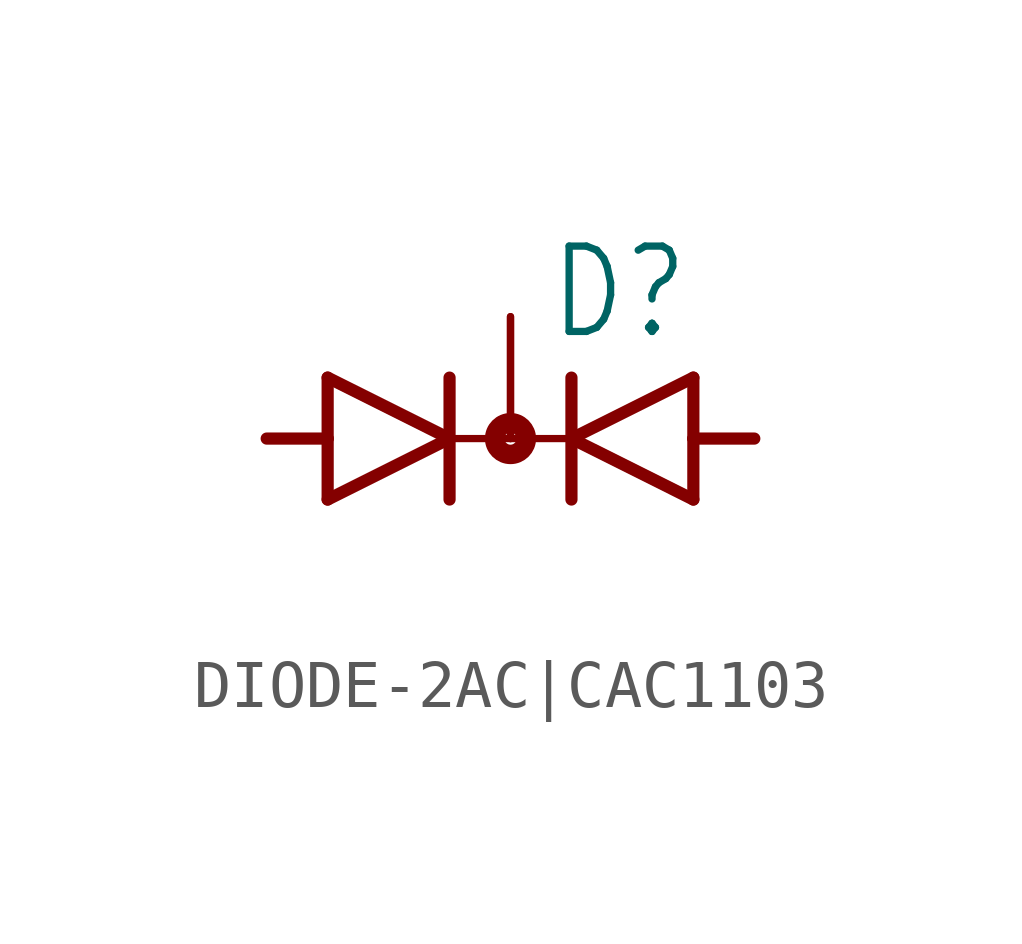
<source format=kicad_sym>
(kicad_symbol_lib
  (version 20231120)
  (generator "kicad_symbol_editor")
  (generator_version "8.0")
  (symbol "DIODE-2AC|CAC1103"
    (property "Reference" "D"
      (at 0.762 2.007 0)
      (effects (font (size 1.778 1.511)) (justify left bottom)))
    (property "Value" ""
      (at -4.826 -3.454 0)
      (effects (font (size 1.778 1.511)) (justify left bottom)))
    (property "ki_locked" ""
      (at 0 0 0)
      (effects (font (size 1.27 1.27))))
    (symbol "DIODE-2AC|CAC1103_1_0"
      (polyline (pts (xy -3.81 -1.27) (xy -1.27 0)) (stroke (width 0.254) (type solid)) (fill (type none)))
      (polyline (pts (xy -3.81 0) (xy -5.08 0)) (stroke (width 0.254) (type solid)) (fill (type none)))
      (polyline (pts (xy -3.81 0) (xy -3.81 -1.27)) (stroke (width 0.254) (type solid)) (fill (type none)))
      (polyline (pts (xy -3.81 1.27) (xy -3.81 0)) (stroke (width 0.254) (type solid)) (fill (type none)))
      (polyline (pts (xy -1.27 0) (xy -3.81 1.27)) (stroke (width 0.254) (type solid)) (fill (type none)))
      (polyline (pts (xy -1.27 0) (xy -1.27 -1.27)) (stroke (width 0.254) (type solid)) (fill (type none)))
      (polyline (pts (xy -1.27 0) (xy 1.27 0)) (stroke (width 0.152) (type solid)) (fill (type none)))
      (polyline (pts (xy -1.27 1.27) (xy -1.27 0)) (stroke (width 0.254) (type solid)) (fill (type none)))
      (polyline (pts (xy 1.27 -1.27) (xy 1.27 0)) (stroke (width 0.254) (type solid)) (fill (type none)))
      (polyline (pts (xy 1.27 0) (xy 1.27 1.27)) (stroke (width 0.254) (type solid)) (fill (type none)))
      (polyline (pts (xy 1.27 0) (xy 3.81 -1.27)) (stroke (width 0.254) (type solid)) (fill (type none)))
      (polyline (pts (xy 3.81 -1.27) (xy 3.81 0)) (stroke (width 0.254) (type solid)) (fill (type none)))
      (polyline (pts (xy 3.81 0) (xy 3.81 1.27)) (stroke (width 0.254) (type solid)) (fill (type none)))
      (polyline (pts (xy 3.81 0) (xy 5.08 0)) (stroke (width 0.254) (type solid)) (fill (type none)))
      (polyline (pts (xy 3.81 1.27) (xy 1.27 0)) (stroke (width 0.254) (type solid)) (fill (type none)))
      (circle (center 0 0) (radius 0.127) (stroke (width 0.406) (type solid)) (fill (type none)))
      (pin passive line (at -5.08 0 0) (length 0) (name "A1" (effects (font (size 0 0)))) (number "A1" (effects (font (size 0 0)))))
      (pin passive line (at 5.08 0 180) (length 0) (name "A2" (effects (font (size 0 0)))) (number "A2" (effects (font (size 0 0)))))
      (pin passive line (at 0 2.54 270) (length 2.54) (name "C" (effects (font (size 0 0)))) (number "C" (effects (font (size 0 0)))))
      (pin passive line (at 0 2.54 270) (length 2.54) (name "C" (effects (font (size 0 0)))) (number "C@1" (effects (font (size 0 0))))))))
</source>
